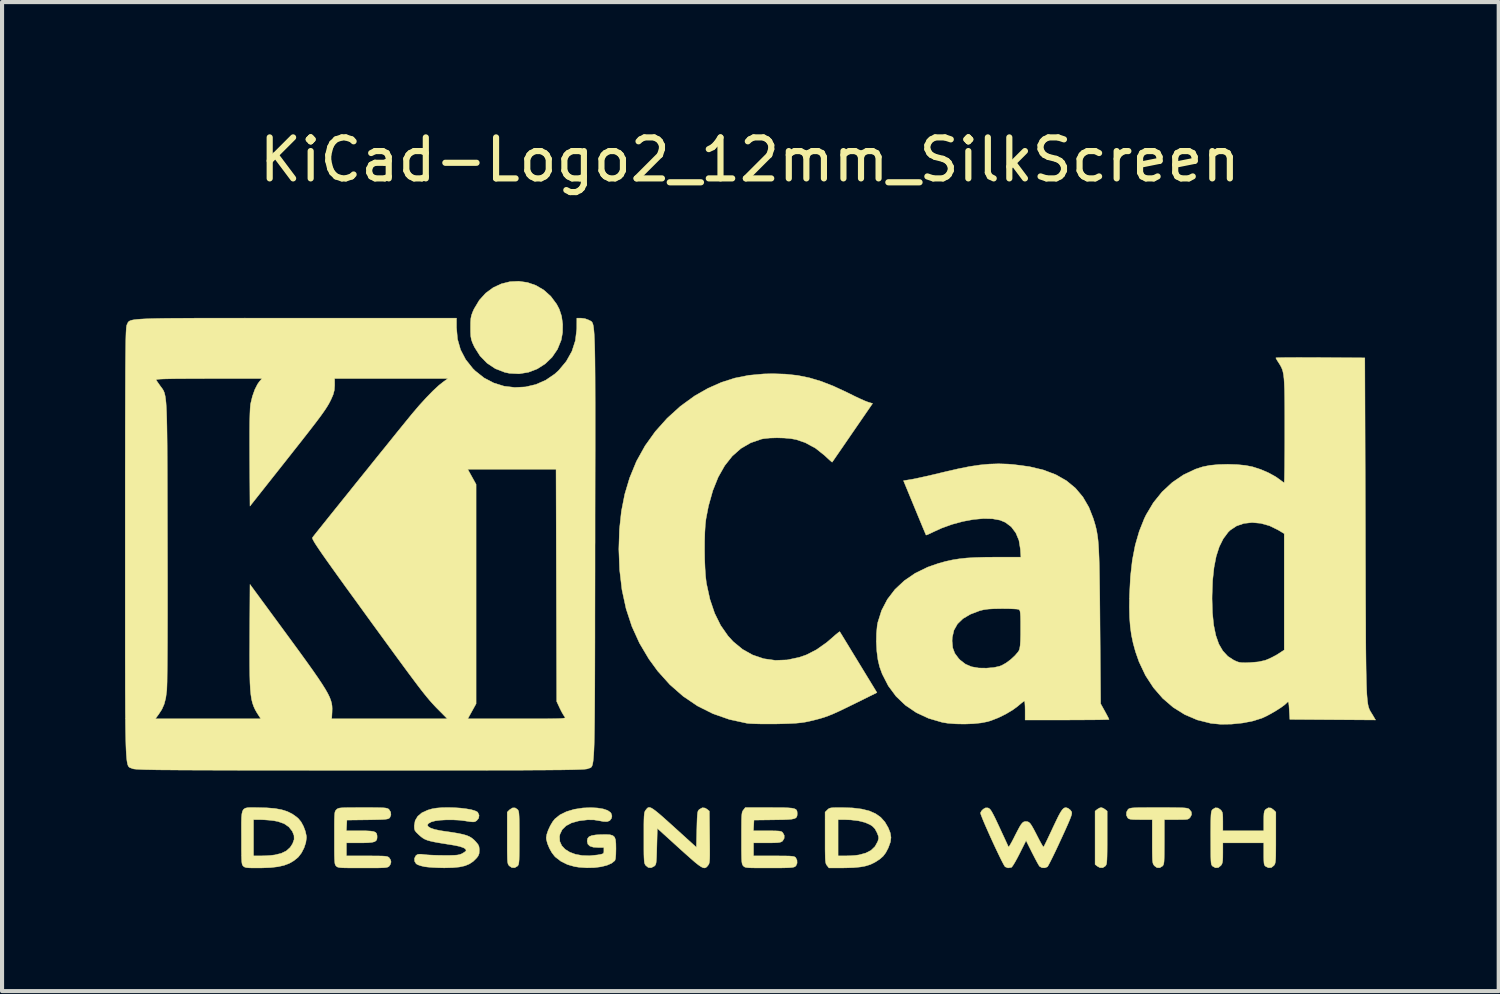
<source format=kicad_pcb>
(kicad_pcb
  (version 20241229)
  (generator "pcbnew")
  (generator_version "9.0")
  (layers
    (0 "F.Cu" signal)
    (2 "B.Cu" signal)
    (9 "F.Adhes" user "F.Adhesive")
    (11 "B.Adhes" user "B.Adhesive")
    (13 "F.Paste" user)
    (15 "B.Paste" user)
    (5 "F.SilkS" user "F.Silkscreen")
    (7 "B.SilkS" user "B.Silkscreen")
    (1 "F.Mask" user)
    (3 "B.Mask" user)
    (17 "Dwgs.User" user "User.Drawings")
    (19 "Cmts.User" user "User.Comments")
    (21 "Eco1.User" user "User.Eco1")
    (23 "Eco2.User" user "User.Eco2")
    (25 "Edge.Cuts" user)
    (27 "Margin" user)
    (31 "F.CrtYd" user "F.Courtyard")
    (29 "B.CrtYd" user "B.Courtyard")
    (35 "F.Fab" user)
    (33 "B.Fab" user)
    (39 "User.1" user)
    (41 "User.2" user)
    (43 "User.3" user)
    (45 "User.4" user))
  (footprint "KiCad-Logo2_12mm_SilkScreen"
    (layer "F.Cu")
    (at 15.245 9.738)
    (property "Reference" "KiCad-Logo2_12mm_SilkScreen" (at 0 -8.89 0) (layer "F.SilkS") (effects (font (size 1 1) (thickness 0.15))))
    (attr board_only exclude_from_pos_files exclude_from_bom allow_missing_courtyard)
    (fp_poly (pts (xy 8.62 6.931) (xy 8.667 6.96) (xy 8.721 7.004) (xy 8.721 7.65) (xy 8.721 7.839) (xy 8.72 7.988) (xy 8.718 8.102) (xy 8.715 8.186) (xy 8.711 8.246) (xy 8.705 8.288) (xy 8.696 8.315) (xy 8.685 8.334) (xy 8.678 8.343) (xy 8.614 8.385) (xy 8.543 8.383) (xy 8.48 8.348) (xy 8.426 8.305) (xy 8.426 7.004) (xy 8.48 6.96) (xy 8.531 6.929) (xy 8.573 6.917) (xy 8.62 6.931)) (stroke (width 0.01) (type solid)) (fill yes) (layer "F.SilkS"))
    (fp_poly (pts (xy -5.669 6.962) (xy -5.656 6.978) (xy -5.645 6.997) (xy -5.637 7.027) (xy -5.632 7.071) (xy -5.628 7.135) (xy -5.625 7.225) (xy -5.624 7.346) (xy -5.623 7.502) (xy -5.623 7.654) (xy -5.624 7.843) (xy -5.624 7.991) (xy -5.626 8.105) (xy -5.628 8.189) (xy -5.633 8.248) (xy -5.639 8.289) (xy -5.647 8.316) (xy -5.658 8.334) (xy -5.669 8.346) (xy -5.735 8.385) (xy -5.806 8.382) (xy -5.869 8.339) (xy -5.883 8.322) (xy -5.895 8.302) (xy -5.903 8.275) (xy -5.91 8.234) (xy -5.914 8.174) (xy -5.916 8.089) (xy -5.918 7.975) (xy -5.918 7.826) (xy -5.918 7.657) (xy -5.918 7.028) (xy -5.863 6.973) (xy -5.794 6.926) (xy -5.727 6.924) (xy -5.669 6.962)) (stroke (width 0.01) (type solid)) (fill yes) (layer "F.SilkS"))
    (fp_poly (pts (xy -5.423 -5.895) (xy -5.218 -5.824) (xy -5.027 -5.712) (xy -4.856 -5.559) (xy -4.712 -5.366) (xy -4.648 -5.244) (xy -4.592 -5.073) (xy -4.565 -4.876) (xy -4.568 -4.674) (xy -4.601 -4.49) (xy -4.692 -4.266) (xy -4.824 -4.072) (xy -4.991 -3.911) (xy -5.185 -3.787) (xy -5.399 -3.705) (xy -5.628 -3.667) (xy -5.865 -3.679) (xy -5.981 -3.704) (xy -6.208 -3.792) (xy -6.41 -3.927) (xy -6.582 -4.104) (xy -6.718 -4.319) (xy -6.729 -4.343) (xy -6.769 -4.431) (xy -6.794 -4.505) (xy -6.808 -4.583) (xy -6.813 -4.684) (xy -6.814 -4.793) (xy -6.813 -4.925) (xy -6.806 -5.019) (xy -6.79 -5.096) (xy -6.762 -5.173) (xy -6.728 -5.249) (xy -6.599 -5.464) (xy -6.441 -5.638) (xy -6.259 -5.771) (xy -6.06 -5.863) (xy -5.85 -5.915) (xy -5.636 -5.925) (xy -5.423 -5.895)) (stroke (width 0.01) (type solid)) (fill yes) (layer "F.SilkS"))
    (fp_poly (pts (xy 10.175 6.917) (xy 10.334 6.918) (xy 10.456 6.92) (xy 10.549 6.922) (xy 10.616 6.926) (xy 10.662 6.932) (xy 10.693 6.94) (xy 10.713 6.949) (xy 10.723 6.957) (xy 10.775 7.022) (xy 10.781 7.09) (xy 10.749 7.152) (xy 10.728 7.176) (xy 10.706 7.193) (xy 10.674 7.204) (xy 10.623 7.209) (xy 10.545 7.211) (xy 10.431 7.212) (xy 10.409 7.212) (xy 10.116 7.212) (xy 10.116 7.756) (xy 10.115 7.928) (xy 10.114 8.06) (xy 10.112 8.158) (xy 10.109 8.228) (xy 10.103 8.277) (xy 10.095 8.308) (xy 10.084 8.33) (xy 10.07 8.346) (xy 10.004 8.386) (xy 9.935 8.383) (xy 9.872 8.337) (xy 9.868 8.331) (xy 9.853 8.31) (xy 9.841 8.285) (xy 9.833 8.251) (xy 9.827 8.2) (xy 9.824 8.128) (xy 9.822 8.028) (xy 9.821 7.894) (xy 9.821 7.742) (xy 9.821 7.212) (xy 9.541 7.212) (xy 9.421 7.211) (xy 9.337 7.208) (xy 9.283 7.201) (xy 9.249 7.19) (xy 9.226 7.173) (xy 9.223 7.17) (xy 9.19 7.104) (xy 9.193 7.028) (xy 9.231 6.962) (xy 9.246 6.95) (xy 9.265 6.94) (xy 9.293 6.932) (xy 9.335 6.926) (xy 9.397 6.922) (xy 9.483 6.919) (xy 9.598 6.918) (xy 9.748 6.917) (xy 9.937 6.917) (xy 9.977 6.917) (xy 10.175 6.917)) (stroke (width 0.01) (type solid)) (fill yes) (layer "F.SilkS"))
    (fp_poly (pts (xy 12.718 6.928) (xy 12.781 6.973) (xy 12.837 7.028) (xy 12.837 7.65) (xy 12.837 7.835) (xy 12.836 7.979) (xy 12.835 8.09) (xy 12.832 8.171) (xy 12.827 8.229) (xy 12.82 8.27) (xy 12.811 8.298) (xy 12.799 8.319) (xy 12.79 8.331) (xy 12.728 8.381) (xy 12.657 8.386) (xy 12.593 8.356) (xy 12.571 8.338) (xy 12.557 8.314) (xy 12.548 8.276) (xy 12.544 8.215) (xy 12.542 8.122) (xy 12.542 8.05) (xy 12.542 7.779) (xy 11.544 7.779) (xy 11.544 8.025) (xy 11.543 8.138) (xy 11.539 8.215) (xy 11.53 8.268) (xy 11.515 8.305) (xy 11.497 8.331) (xy 11.435 8.381) (xy 11.365 8.387) (xy 11.298 8.352) (xy 11.279 8.333) (xy 11.266 8.309) (xy 11.258 8.271) (xy 11.253 8.212) (xy 11.25 8.124) (xy 11.249 8) (xy 11.249 7.972) (xy 11.248 7.738) (xy 11.247 7.545) (xy 11.248 7.389) (xy 11.249 7.266) (xy 11.251 7.171) (xy 11.254 7.101) (xy 11.259 7.05) (xy 11.265 7.015) (xy 11.273 6.991) (xy 11.284 6.975) (xy 11.295 6.962) (xy 11.359 6.923) (xy 11.426 6.928) (xy 11.489 6.973) (xy 11.514 7.002) (xy 11.53 7.033) (xy 11.539 7.079) (xy 11.543 7.148) (xy 11.544 7.252) (xy 11.544 7.256) (xy 11.544 7.484) (xy 12.542 7.484) (xy 12.542 7.246) (xy 12.543 7.136) (xy 12.547 7.062) (xy 12.556 7.014) (xy 12.571 6.982) (xy 12.588 6.962) (xy 12.652 6.923) (xy 12.718 6.928)) (stroke (width 0.01) (type solid)) (fill yes) (layer "F.SilkS"))
    (fp_poly (pts (xy 2.251 6.918) (xy 2.51 6.926) (xy 2.73 6.953) (xy 2.916 6.999) (xy 3.069 7.066) (xy 3.195 7.155) (xy 3.297 7.269) (xy 3.378 7.408) (xy 3.38 7.412) (xy 3.429 7.537) (xy 3.446 7.647) (xy 3.432 7.758) (xy 3.386 7.885) (xy 3.378 7.905) (xy 3.319 8.018) (xy 3.253 8.105) (xy 3.168 8.179) (xy 3.052 8.253) (xy 3.045 8.257) (xy 2.944 8.306) (xy 2.83 8.342) (xy 2.695 8.367) (xy 2.532 8.383) (xy 2.335 8.389) (xy 2.265 8.39) (xy 1.932 8.391) (xy 1.885 8.331) (xy 1.871 8.312) (xy 1.86 8.289) (xy 1.852 8.257) (xy 1.846 8.211) (xy 1.842 8.145) (xy 1.841 8.096) (xy 2.155 8.096) (xy 2.344 8.096) (xy 2.454 8.093) (xy 2.568 8.085) (xy 2.661 8.073) (xy 2.666 8.072) (xy 2.831 8.027) (xy 2.959 7.961) (xy 3.055 7.869) (xy 3.121 7.749) (xy 3.132 7.717) (xy 3.144 7.667) (xy 3.139 7.618) (xy 3.115 7.553) (xy 3.101 7.521) (xy 3.054 7.435) (xy 2.997 7.375) (xy 2.935 7.334) (xy 2.811 7.28) (xy 2.651 7.24) (xy 2.466 7.218) (xy 2.331 7.213) (xy 2.155 7.212) (xy 2.155 8.096) (xy 1.841 8.096) (xy 1.84 8.054) (xy 1.838 7.932) (xy 1.838 7.774) (xy 1.838 7.65) (xy 1.838 7.028) (xy 1.894 6.973) (xy 1.918 6.95) (xy 1.945 6.935) (xy 1.982 6.925) (xy 2.039 6.92) (xy 2.123 6.918) (xy 2.244 6.918) (xy 2.251 6.918)) (stroke (width 0.01) (type solid)) (fill yes) (layer "F.SilkS"))
    (fp_poly (pts (xy -12.092 6.917) (xy -12.013 6.918) (xy -11.781 6.924) (xy -11.586 6.94) (xy -11.422 6.97) (xy -11.283 7.014) (xy -11.162 7.074) (xy -11.052 7.153) (xy -11.013 7.187) (xy -10.948 7.267) (xy -10.889 7.376) (xy -10.844 7.496) (xy -10.819 7.612) (xy -10.817 7.654) (xy -10.833 7.772) (xy -10.876 7.901) (xy -10.939 8.024) (xy -11.013 8.121) (xy -11.025 8.133) (xy -11.126 8.215) (xy -11.238 8.28) (xy -11.366 8.328) (xy -11.516 8.361) (xy -11.695 8.382) (xy -11.91 8.39) (xy -12.008 8.391) (xy -12.133 8.391) (xy -12.221 8.388) (xy -12.28 8.383) (xy -12.319 8.373) (xy -12.345 8.358) (xy -12.359 8.346) (xy -12.372 8.331) (xy -12.383 8.311) (xy -12.39 8.282) (xy -12.396 8.238) (xy -12.4 8.173) (xy -12.402 8.083) (xy -12.404 7.963) (xy -12.404 7.806) (xy -12.404 7.654) (xy -12.405 7.451) (xy -12.405 7.289) (xy -12.403 7.212) (xy -12.109 7.212) (xy -12.109 8.096) (xy -11.922 8.096) (xy -11.81 8.093) (xy -11.692 8.085) (xy -11.593 8.073) (xy -11.59 8.073) (xy -11.431 8.034) (xy -11.308 7.974) (xy -11.214 7.889) (xy -11.155 7.797) (xy -11.118 7.694) (xy -11.121 7.598) (xy -11.163 7.495) (xy -11.247 7.389) (xy -11.362 7.31) (xy -11.513 7.257) (xy -11.613 7.238) (xy -11.727 7.225) (xy -11.848 7.216) (xy -11.95 7.212) (xy -11.956 7.212) (xy -12.109 7.212) (xy -12.403 7.212) (xy -12.402 7.164) (xy -12.393 7.07) (xy -12.377 7.003) (xy -12.35 6.959) (xy -12.311 6.933) (xy -12.256 6.92) (xy -12.184 6.916) (xy -12.092 6.917)) (stroke (width 0.01) (type solid)) (fill yes) (layer "F.SilkS"))
    (fp_poly (pts (xy -2.407 6.926) (xy -2.359 6.954) (xy -2.298 6.999) (xy -2.218 7.064) (xy -2.117 7.151) (xy -1.992 7.263) (xy -1.84 7.4) (xy -1.666 7.558) (xy -1.303 7.887) (xy -1.292 7.445) (xy -1.288 7.293) (xy -1.284 7.18) (xy -1.279 7.099) (xy -1.273 7.044) (xy -1.264 7.008) (xy -1.252 6.985) (xy -1.236 6.968) (xy -1.227 6.96) (xy -1.158 6.922) (xy -1.092 6.928) (xy -1.039 6.96) (xy -0.986 7.004) (xy -0.979 7.636) (xy -0.977 7.823) (xy -0.976 7.969) (xy -0.976 8.08) (xy -0.978 8.163) (xy -0.982 8.222) (xy -0.988 8.263) (xy -0.996 8.292) (xy -1.008 8.313) (xy -1.02 8.33) (xy -1.047 8.362) (xy -1.074 8.383) (xy -1.105 8.391) (xy -1.143 8.384) (xy -1.192 8.359) (xy -1.256 8.315) (xy -1.339 8.249) (xy -1.443 8.158) (xy -1.574 8.042) (xy -1.723 7.908) (xy -2.256 7.424) (xy -2.267 7.864) (xy -2.271 8.016) (xy -2.275 8.129) (xy -2.28 8.21) (xy -2.286 8.265) (xy -2.295 8.301) (xy -2.307 8.324) (xy -2.323 8.341) (xy -2.332 8.348) (xy -2.406 8.386) (xy -2.476 8.38) (xy -2.537 8.331) (xy -2.551 8.312) (xy -2.562 8.289) (xy -2.571 8.257) (xy -2.576 8.211) (xy -2.58 8.145) (xy -2.583 8.053) (xy -2.584 7.931) (xy -2.584 7.772) (xy -2.584 7.654) (xy -2.584 7.47) (xy -2.584 7.326) (xy -2.582 7.216) (xy -2.579 7.135) (xy -2.574 7.078) (xy -2.568 7.038) (xy -2.558 7.01) (xy -2.546 6.989) (xy -2.537 6.977) (xy -2.515 6.949) (xy -2.494 6.927) (xy -2.471 6.915) (xy -2.443 6.914) (xy -2.407 6.926)) (stroke (width 0.01) (type solid)) (fill yes) (layer "F.SilkS"))
    (fp_poly (pts (xy -3.713 6.928) (xy -3.575 6.951) (xy -3.469 6.987) (xy -3.4 7.035) (xy -3.382 7.061) (xy -3.363 7.124) (xy -3.375 7.181) (xy -3.416 7.235) (xy -3.479 7.26) (xy -3.57 7.258) (xy -3.641 7.244) (xy -3.798 7.218) (xy -3.958 7.216) (xy -4.137 7.237) (xy -4.187 7.246) (xy -4.354 7.293) (xy -4.484 7.363) (xy -4.577 7.455) (xy -4.631 7.567) (xy -4.642 7.625) (xy -4.635 7.743) (xy -4.588 7.847) (xy -4.506 7.935) (xy -4.392 8.006) (xy -4.252 8.058) (xy -4.09 8.087) (xy -3.909 8.093) (xy -3.714 8.073) (xy -3.703 8.071) (xy -3.626 8.057) (xy -3.583 8.043) (xy -3.564 8.022) (xy -3.56 7.988) (xy -3.56 7.969) (xy -3.56 7.892) (xy -3.697 7.892) (xy -3.819 7.884) (xy -3.902 7.857) (xy -3.95 7.81) (xy -3.967 7.741) (xy -3.967 7.731) (xy -3.957 7.672) (xy -3.922 7.629) (xy -3.857 7.601) (xy -3.756 7.584) (xy -3.658 7.578) (xy -3.516 7.575) (xy -3.413 7.58) (xy -3.343 7.6) (xy -3.299 7.639) (xy -3.276 7.703) (xy -3.267 7.799) (xy -3.265 7.924) (xy -3.268 8.063) (xy -3.276 8.158) (xy -3.29 8.209) (xy -3.293 8.213) (xy -3.371 8.276) (xy -3.486 8.326) (xy -3.63 8.362) (xy -3.795 8.383) (xy -3.976 8.387) (xy -4.164 8.374) (xy -4.274 8.357) (xy -4.447 8.308) (xy -4.608 8.228) (xy -4.743 8.124) (xy -4.763 8.103) (xy -4.83 8.016) (xy -4.89 7.908) (xy -4.937 7.794) (xy -4.963 7.691) (xy -4.966 7.651) (xy -4.952 7.569) (xy -4.917 7.466) (xy -4.866 7.358) (xy -4.807 7.259) (xy -4.754 7.193) (xy -4.632 7.095) (xy -4.474 7.017) (xy -4.285 6.96) (xy -4.072 6.927) (xy -3.877 6.919) (xy -3.713 6.928)) (stroke (width 0.01) (type solid)) (fill yes) (layer "F.SilkS"))
    (fp_poly (pts (xy 0.668 6.918) (xy 0.821 6.919) (xy 0.939 6.924) (xy 1.025 6.931) (xy 1.085 6.944) (xy 1.124 6.961) (xy 1.146 6.986) (xy 1.155 7.017) (xy 1.158 7.058) (xy 1.158 7.062) (xy 1.156 7.108) (xy 1.146 7.143) (xy 1.124 7.169) (xy 1.084 7.188) (xy 1.02 7.201) (xy 0.929 7.209) (xy 0.804 7.214) (xy 0.64 7.216) (xy 0.589 7.217) (xy 0.103 7.223) (xy 0.096 7.354) (xy 0.089 7.484) (xy 0.427 7.484) (xy 0.559 7.485) (xy 0.653 7.487) (xy 0.717 7.491) (xy 0.759 7.499) (xy 0.786 7.511) (xy 0.805 7.529) (xy 0.805 7.529) (xy 0.841 7.596) (xy 0.839 7.669) (xy 0.802 7.731) (xy 0.795 7.738) (xy 0.769 7.754) (xy 0.733 7.766) (xy 0.68 7.773) (xy 0.602 7.777) (xy 0.49 7.779) (xy 0.418 7.779) (xy 0.092 7.779) (xy 0.092 8.096) (xy 0.587 8.096) (xy 0.751 8.097) (xy 0.875 8.098) (xy 0.966 8.1) (xy 1.029 8.105) (xy 1.071 8.111) (xy 1.098 8.121) (xy 1.116 8.133) (xy 1.12 8.138) (xy 1.152 8.201) (xy 1.155 8.273) (xy 1.128 8.336) (xy 1.107 8.356) (xy 1.085 8.367) (xy 1.051 8.376) (xy 1 8.382) (xy 0.926 8.386) (xy 0.823 8.389) (xy 0.687 8.391) (xy 0.513 8.391) (xy 0.473 8.391) (xy 0.295 8.391) (xy 0.157 8.39) (xy 0.053 8.389) (xy -0.022 8.386) (xy -0.074 8.381) (xy -0.109 8.374) (xy -0.131 8.364) (xy -0.148 8.351) (xy -0.157 8.342) (xy -0.171 8.325) (xy -0.181 8.304) (xy -0.189 8.275) (xy -0.195 8.23) (xy -0.199 8.165) (xy -0.201 8.075) (xy -0.203 7.954) (xy -0.203 7.797) (xy -0.203 7.664) (xy -0.203 7.479) (xy -0.202 7.333) (xy -0.201 7.222) (xy -0.198 7.14) (xy -0.193 7.081) (xy -0.187 7.04) (xy -0.178 7.012) (xy -0.166 6.99) (xy -0.156 6.977) (xy -0.109 6.917) (xy 0.474 6.917) (xy 0.668 6.918)) (stroke (width 0.01) (type solid)) (fill yes) (layer "F.SilkS"))
    (fp_poly (pts (xy -9.263 6.917) (xy -9.123 6.918) (xy -9.018 6.92) (xy -8.941 6.923) (xy -8.888 6.928) (xy -8.852 6.935) (xy -8.827 6.945) (xy -8.809 6.957) (xy -8.803 6.963) (xy -8.763 7.026) (xy -8.756 7.097) (xy -8.782 7.161) (xy -8.794 7.174) (xy -8.814 7.186) (xy -8.845 7.196) (xy -8.894 7.203) (xy -8.967 7.209) (xy -9.069 7.212) (xy -9.207 7.215) (xy -9.333 7.217) (xy -9.83 7.223) (xy -9.837 7.354) (xy -9.844 7.484) (xy -9.506 7.484) (xy -9.359 7.485) (xy -9.252 7.491) (xy -9.178 7.502) (xy -9.131 7.522) (xy -9.105 7.553) (xy -9.095 7.597) (xy -9.093 7.638) (xy -9.098 7.688) (xy -9.117 7.724) (xy -9.155 7.75) (xy -9.219 7.766) (xy -9.314 7.775) (xy -9.446 7.779) (xy -9.518 7.779) (xy -9.842 7.779) (xy -9.842 8.096) (xy -9.343 8.096) (xy -9.179 8.097) (xy -9.055 8.098) (xy -8.964 8.1) (xy -8.9 8.104) (xy -8.856 8.111) (xy -8.828 8.12) (xy -8.808 8.133) (xy -8.798 8.142) (xy -8.764 8.196) (xy -8.753 8.244) (xy -8.769 8.302) (xy -8.798 8.346) (xy -8.814 8.36) (xy -8.835 8.37) (xy -8.865 8.378) (xy -8.911 8.384) (xy -8.978 8.387) (xy -9.072 8.39) (xy -9.197 8.391) (xy -9.36 8.391) (xy -9.445 8.391) (xy -9.626 8.391) (xy -9.767 8.39) (xy -9.874 8.389) (xy -9.952 8.386) (xy -10.007 8.381) (xy -10.043 8.374) (xy -10.067 8.365) (xy -10.084 8.352) (xy -10.091 8.346) (xy -10.104 8.331) (xy -10.115 8.311) (xy -10.123 8.282) (xy -10.128 8.237) (xy -10.132 8.173) (xy -10.135 8.082) (xy -10.136 7.961) (xy -10.136 7.804) (xy -10.136 7.658) (xy -10.136 7.471) (xy -10.136 7.324) (xy -10.135 7.211) (xy -10.132 7.128) (xy -10.128 7.069) (xy -10.122 7.029) (xy -10.113 7.003) (xy -10.102 6.985) (xy -10.088 6.97) (xy -10.084 6.966) (xy -10.067 6.951) (xy -10.046 6.94) (xy -10.018 6.931) (xy -9.975 6.925) (xy -9.913 6.921) (xy -9.825 6.919) (xy -9.707 6.918) (xy -9.552 6.917) (xy -9.442 6.917) (xy -9.263 6.917)) (stroke (width 0.01) (type solid)) (fill yes) (layer "F.SilkS"))
    (fp_poly (pts (xy 7.728 6.921) (xy 7.767 6.935) (xy 7.769 6.936) (xy 7.822 6.977) (xy 7.852 7.019) (xy 7.857 7.038) (xy 7.857 7.064) (xy 7.849 7.102) (xy 7.831 7.155) (xy 7.802 7.228) (xy 7.76 7.326) (xy 7.703 7.454) (xy 7.629 7.616) (xy 7.588 7.705) (xy 7.515 7.863) (xy 7.446 8.009) (xy 7.384 8.136) (xy 7.332 8.24) (xy 7.292 8.316) (xy 7.268 8.357) (xy 7.263 8.363) (xy 7.2 8.388) (xy 7.13 8.385) (xy 7.074 8.354) (xy 7.071 8.352) (xy 7.049 8.318) (xy 7.011 8.251) (xy 6.963 8.161) (xy 6.909 8.056) (xy 6.889 8.017) (xy 6.742 7.723) (xy 6.582 8.043) (xy 6.525 8.153) (xy 6.472 8.249) (xy 6.427 8.323) (xy 6.395 8.368) (xy 6.384 8.377) (xy 6.301 8.39) (xy 6.232 8.363) (xy 6.211 8.334) (xy 6.176 8.27) (xy 6.129 8.178) (xy 6.073 8.063) (xy 6.01 7.931) (xy 5.944 7.79) (xy 5.878 7.645) (xy 5.814 7.502) (xy 5.755 7.369) (xy 5.704 7.25) (xy 5.665 7.153) (xy 5.639 7.084) (xy 5.63 7.048) (xy 5.63 7.047) (xy 5.652 7.002) (xy 5.696 6.957) (xy 5.699 6.955) (xy 5.753 6.924) (xy 5.804 6.924) (xy 5.823 6.93) (xy 5.846 6.943) (xy 5.87 6.967) (xy 5.899 7.009) (xy 5.935 7.074) (xy 5.982 7.165) (xy 6.041 7.29) (xy 6.095 7.405) (xy 6.156 7.538) (xy 6.212 7.658) (xy 6.258 7.758) (xy 6.292 7.832) (xy 6.311 7.874) (xy 6.313 7.881) (xy 6.326 7.87) (xy 6.354 7.825) (xy 6.395 7.753) (xy 6.444 7.659) (xy 6.463 7.62) (xy 6.53 7.49) (xy 6.581 7.394) (xy 6.621 7.329) (xy 6.654 7.289) (xy 6.685 7.267) (xy 6.717 7.258) (xy 6.738 7.257) (xy 6.776 7.261) (xy 6.808 7.274) (xy 6.841 7.304) (xy 6.877 7.355) (xy 6.922 7.433) (xy 6.981 7.545) (xy 7.013 7.608) (xy 7.065 7.709) (xy 7.11 7.792) (xy 7.145 7.852) (xy 7.165 7.88) (xy 7.168 7.881) (xy 7.181 7.859) (xy 7.21 7.801) (xy 7.252 7.715) (xy 7.304 7.605) (xy 7.364 7.478) (xy 7.393 7.415) (xy 7.47 7.253) (xy 7.531 7.127) (xy 7.581 7.036) (xy 7.623 6.973) (xy 7.659 6.936) (xy 7.693 6.92) (xy 7.728 6.921)) (stroke (width 0.01) (type solid)) (fill yes) (layer "F.SilkS"))
    (fp_poly (pts (xy -7.211 6.92) (xy -7.061 6.93) (xy -6.921 6.947) (xy -6.8 6.968) (xy -6.706 6.995) (xy -6.646 7.025) (xy -6.637 7.034) (xy -6.605 7.104) (xy -6.615 7.175) (xy -6.664 7.236) (xy -6.667 7.238) (xy -6.696 7.256) (xy -6.726 7.266) (xy -6.768 7.267) (xy -6.833 7.26) (xy -6.931 7.245) (xy -6.939 7.243) (xy -7.085 7.225) (xy -7.243 7.217) (xy -7.401 7.217) (xy -7.548 7.225) (xy -7.674 7.241) (xy -7.767 7.266) (xy -7.773 7.268) (xy -7.841 7.306) (xy -7.865 7.344) (xy -7.846 7.382) (xy -7.787 7.418) (xy -7.688 7.451) (xy -7.551 7.48) (xy -7.46 7.494) (xy -7.271 7.521) (xy -7.121 7.546) (xy -7.002 7.571) (xy -6.91 7.597) (xy -6.837 7.628) (xy -6.778 7.665) (xy -6.725 7.71) (xy -6.682 7.755) (xy -6.631 7.817) (xy -6.607 7.87) (xy -6.599 7.936) (xy -6.599 7.96) (xy -6.604 8.039) (xy -6.628 8.099) (xy -6.668 8.151) (xy -6.75 8.232) (xy -6.842 8.293) (xy -6.95 8.338) (xy -7.081 8.367) (xy -7.242 8.383) (xy -7.439 8.388) (xy -7.472 8.388) (xy -7.603 8.385) (xy -7.734 8.379) (xy -7.849 8.37) (xy -7.935 8.36) (xy -7.942 8.358) (xy -8.027 8.338) (xy -8.099 8.313) (xy -8.14 8.289) (xy -8.178 8.228) (xy -8.181 8.156) (xy -8.148 8.092) (xy -8.141 8.085) (xy -8.111 8.064) (xy -8.073 8.055) (xy -8.014 8.056) (xy -7.942 8.064) (xy -7.863 8.072) (xy -7.751 8.078) (xy -7.621 8.082) (xy -7.485 8.084) (xy -7.449 8.085) (xy -7.313 8.084) (xy -7.213 8.081) (xy -7.141 8.076) (xy -7.088 8.066) (xy -7.045 8.052) (xy -7.019 8.04) (xy -6.963 8.006) (xy -6.927 7.976) (xy -6.922 7.967) (xy -6.933 7.932) (xy -6.985 7.898) (xy -7.076 7.866) (xy -7.202 7.839) (xy -7.238 7.833) (xy -7.431 7.802) (xy -7.585 7.777) (xy -7.706 7.755) (xy -7.799 7.734) (xy -7.872 7.713) (xy -7.93 7.689) (xy -7.978 7.661) (xy -8.023 7.627) (xy -8.071 7.585) (xy -8.087 7.57) (xy -8.143 7.515) (xy -8.173 7.472) (xy -8.184 7.422) (xy -8.186 7.359) (xy -8.165 7.236) (xy -8.103 7.131) (xy -8.001 7.045) (xy -7.857 6.979) (xy -7.755 6.949) (xy -7.644 6.93) (xy -7.511 6.919) (xy -7.364 6.916) (xy -7.211 6.92)) (stroke (width 0.01) (type solid)) (fill yes) (layer "F.SilkS"))
    (fp_poly (pts (xy 0.875 -3.659) (xy 1.17 -3.627) (xy 1.455 -3.569) (xy 1.743 -3.483) (xy 2.045 -3.365) (xy 2.372 -3.213) (xy 2.431 -3.184) (xy 2.566 -3.117) (xy 2.694 -3.057) (xy 2.801 -3.009) (xy 2.876 -2.98) (xy 2.887 -2.976) (xy 2.997 -2.943) (xy 2.506 -2.23) (xy 2.386 -2.055) (xy 2.277 -1.896) (xy 2.181 -1.757) (xy 2.103 -1.644) (xy 2.047 -1.562) (xy 2.015 -1.517) (xy 2.01 -1.51) (xy 1.99 -1.525) (xy 1.939 -1.57) (xy 1.867 -1.636) (xy 1.827 -1.674) (xy 1.603 -1.852) (xy 1.351 -1.988) (xy 1.133 -2.062) (xy 1.003 -2.086) (xy 0.84 -2.1) (xy 0.663 -2.105) (xy 0.491 -2.1) (xy 0.345 -2.085) (xy 0.286 -2.074) (xy 0.022 -1.983) (xy -0.216 -1.845) (xy -0.427 -1.659) (xy -0.612 -1.425) (xy -0.771 -1.144) (xy -0.902 -0.817) (xy -1.007 -0.443) (xy -1.069 -0.123) (xy -1.085 0.018) (xy -1.096 0.201) (xy -1.102 0.412) (xy -1.103 0.637) (xy -1.1 0.865) (xy -1.091 1.081) (xy -1.078 1.273) (xy -1.06 1.428) (xy -1.056 1.452) (xy -0.972 1.836) (xy -0.857 2.176) (xy -0.71 2.473) (xy -0.531 2.729) (xy -0.404 2.868) (xy -0.176 3.056) (xy 0.073 3.195) (xy 0.341 3.285) (xy 0.623 3.325) (xy 0.913 3.314) (xy 1.209 3.251) (xy 1.384 3.19) (xy 1.626 3.066) (xy 1.876 2.89) (xy 2.016 2.77) (xy 2.094 2.701) (xy 2.156 2.651) (xy 2.191 2.626) (xy 2.195 2.625) (xy 2.211 2.65) (xy 2.252 2.716) (xy 2.314 2.818) (xy 2.394 2.949) (xy 2.488 3.104) (xy 2.594 3.277) (xy 2.653 3.374) (xy 3.103 4.112) (xy 2.541 4.39) (xy 2.338 4.489) (xy 2.174 4.568) (xy 2.038 4.629) (xy 1.921 4.677) (xy 1.812 4.716) (xy 1.701 4.749) (xy 1.579 4.781) (xy 1.461 4.809) (xy 1.357 4.831) (xy 1.248 4.847) (xy 1.123 4.859) (xy 0.972 4.867) (xy 0.783 4.873) (xy 0.655 4.876) (xy 0.474 4.877) (xy 0.3 4.877) (xy 0.144 4.873) (xy 0.02 4.868) (xy -0.063 4.861) (xy -0.068 4.86) (xy -0.497 4.767) (xy -0.9 4.626) (xy -1.276 4.438) (xy -1.626 4.201) (xy -1.95 3.917) (xy -2.247 3.586) (xy -2.462 3.291) (xy -2.691 2.905) (xy -2.876 2.498) (xy -3.018 2.066) (xy -3.118 1.605) (xy -3.176 1.113) (xy -3.195 0.614) (xy -3.18 0.131) (xy -3.132 -0.315) (xy -3.05 -0.731) (xy -2.932 -1.125) (xy -2.777 -1.503) (xy -2.759 -1.543) (xy -2.555 -1.91) (xy -2.305 -2.259) (xy -2.015 -2.583) (xy -1.693 -2.875) (xy -1.346 -3.127) (xy -1.022 -3.312) (xy -0.695 -3.457) (xy -0.368 -3.562) (xy -0.027 -3.63) (xy 0.34 -3.664) (xy 0.56 -3.669) (xy 0.875 -3.659)) (stroke (width 0.01) (type solid)) (fill yes) (layer "F.SilkS"))
    (fp_poly (pts (xy 13.611 -4.064) (xy 13.843 -4.063) (xy 13.922 -4.063) (xy 15.008 -4.056) (xy 15.022 0.109) (xy 15.023 0.674) (xy 15.025 1.187) (xy 15.026 1.65) (xy 15.028 2.067) (xy 15.03 2.44) (xy 15.031 2.772) (xy 15.033 3.064) (xy 15.036 3.321) (xy 15.039 3.544) (xy 15.043 3.737) (xy 15.047 3.901) (xy 15.052 4.04) (xy 15.058 4.157) (xy 15.066 4.253) (xy 15.074 4.331) (xy 15.083 4.395) (xy 15.094 4.447) (xy 15.107 4.489) (xy 15.12 4.524) (xy 15.136 4.555) (xy 15.153 4.585) (xy 15.172 4.615) (xy 15.193 4.649) (xy 15.198 4.657) (xy 15.27 4.78) (xy 14.224 4.773) (xy 13.178 4.766) (xy 13.164 4.536) (xy 13.157 4.426) (xy 13.149 4.362) (xy 13.139 4.337) (xy 13.123 4.342) (xy 13.11 4.356) (xy 13.052 4.41) (xy 12.959 4.478) (xy 12.842 4.553) (xy 12.715 4.627) (xy 12.592 4.692) (xy 12.498 4.735) (xy 12.276 4.805) (xy 12.022 4.854) (xy 11.754 4.881) (xy 11.491 4.885) (xy 11.252 4.862) (xy 11.248 4.861) (xy 10.92 4.779) (xy 10.614 4.648) (xy 10.331 4.471) (xy 10.075 4.251) (xy 9.849 3.99) (xy 9.655 3.692) (xy 9.498 3.36) (xy 9.412 3.114) (xy 9.355 2.907) (xy 9.313 2.708) (xy 9.285 2.503) (xy 9.268 2.28) (xy 9.262 2.027) (xy 9.265 1.821) (xy 11.28 1.821) (xy 11.29 2.167) (xy 11.32 2.464) (xy 11.372 2.717) (xy 11.445 2.926) (xy 11.543 3.094) (xy 11.664 3.225) (xy 11.805 3.317) (xy 11.878 3.352) (xy 11.941 3.373) (xy 12.011 3.382) (xy 12.106 3.383) (xy 12.208 3.379) (xy 12.409 3.362) (xy 12.568 3.327) (xy 12.618 3.309) (xy 12.732 3.258) (xy 12.852 3.194) (xy 12.905 3.161) (xy 13.041 3.072) (xy 13.041 0.233) (xy 12.891 0.143) (xy 12.682 0.041) (xy 12.468 -0.019) (xy 12.257 -0.038) (xy 12.057 -0.016) (xy 11.877 0.046) (xy 11.723 0.149) (xy 11.673 0.198) (xy 11.553 0.359) (xy 11.456 0.554) (xy 11.381 0.787) (xy 11.328 1.06) (xy 11.294 1.377) (xy 11.281 1.742) (xy 11.28 1.821) (xy 9.265 1.821) (xy 9.266 1.735) (xy 9.289 1.285) (xy 9.335 0.88) (xy 9.406 0.512) (xy 9.503 0.177) (xy 9.626 -0.132) (xy 9.67 -0.223) (xy 9.848 -0.522) (xy 10.062 -0.787) (xy 10.308 -1.015) (xy 10.581 -1.201) (xy 10.877 -1.341) (xy 11.053 -1.398) (xy 11.227 -1.433) (xy 11.436 -1.453) (xy 11.663 -1.459) (xy 11.89 -1.452) (xy 12.1 -1.431) (xy 12.268 -1.398) (xy 12.469 -1.333) (xy 12.663 -1.249) (xy 12.833 -1.155) (xy 12.924 -1.091) (xy 12.986 -1.044) (xy 13.03 -1.015) (xy 13.04 -1.011) (xy 13.043 -1.037) (xy 13.046 -1.113) (xy 13.048 -1.232) (xy 13.051 -1.391) (xy 13.052 -1.582) (xy 13.054 -1.801) (xy 13.055 -2.043) (xy 13.055 -2.29) (xy 13.055 -2.606) (xy 13.054 -2.872) (xy 13.052 -3.093) (xy 13.049 -3.276) (xy 13.043 -3.424) (xy 13.036 -3.543) (xy 13.025 -3.638) (xy 13.011 -3.713) (xy 12.993 -3.775) (xy 12.97 -3.828) (xy 12.943 -3.878) (xy 12.911 -3.929) (xy 12.907 -3.935) (xy 12.865 -4.001) (xy 12.84 -4.046) (xy 12.837 -4.056) (xy 12.863 -4.059) (xy 12.938 -4.061) (xy 13.056 -4.063) (xy 13.212 -4.064) (xy 13.399 -4.065) (xy 13.611 -4.064)) (stroke (width 0.01) (type solid)) (fill yes) (layer "F.SilkS"))
    (fp_poly (pts (xy 6.301 -1.464) (xy 6.436 -1.453) (xy 6.823 -1.402) (xy 7.166 -1.32) (xy 7.467 -1.206) (xy 7.726 -1.059) (xy 7.946 -0.878) (xy 8.128 -0.662) (xy 8.275 -0.41) (xy 8.382 -0.137) (xy 8.409 -0.049) (xy 8.433 0.032) (xy 8.453 0.113) (xy 8.47 0.196) (xy 8.485 0.288) (xy 8.498 0.391) (xy 8.508 0.511) (xy 8.516 0.651) (xy 8.523 0.817) (xy 8.529 1.012) (xy 8.533 1.242) (xy 8.537 1.509) (xy 8.541 1.82) (xy 8.544 2.178) (xy 8.546 2.458) (xy 8.562 4.384) (xy 8.665 4.569) (xy 8.713 4.658) (xy 8.749 4.727) (xy 8.766 4.764) (xy 8.767 4.767) (xy 8.741 4.77) (xy 8.666 4.772) (xy 8.548 4.775) (xy 8.394 4.777) (xy 8.209 4.778) (xy 7.999 4.779) (xy 7.77 4.78) (xy 7.743 4.78) (xy 6.719 4.78) (xy 6.719 4.547) (xy 6.717 4.443) (xy 6.712 4.362) (xy 6.706 4.319) (xy 6.703 4.315) (xy 6.676 4.332) (xy 6.62 4.376) (xy 6.547 4.437) (xy 6.546 4.439) (xy 6.413 4.537) (xy 6.246 4.636) (xy 6.063 4.726) (xy 5.883 4.796) (xy 5.804 4.82) (xy 5.646 4.851) (xy 5.452 4.871) (xy 5.241 4.879) (xy 5.029 4.875) (xy 4.834 4.86) (xy 4.698 4.838) (xy 4.363 4.74) (xy 4.063 4.6) (xy 3.797 4.42) (xy 3.569 4.202) (xy 3.38 3.947) (xy 3.232 3.658) (xy 3.168 3.482) (xy 3.128 3.312) (xy 3.101 3.107) (xy 3.089 2.886) (xy 3.089 2.854) (xy 4.937 2.854) (xy 4.952 3.018) (xy 5.003 3.154) (xy 5.097 3.28) (xy 5.133 3.317) (xy 5.262 3.417) (xy 5.411 3.481) (xy 5.589 3.512) (xy 5.777 3.515) (xy 5.955 3.5) (xy 6.091 3.47) (xy 6.15 3.448) (xy 6.257 3.387) (xy 6.37 3.303) (xy 6.473 3.207) (xy 6.55 3.116) (xy 6.571 3.082) (xy 6.586 3.035) (xy 6.598 2.96) (xy 6.605 2.851) (xy 6.609 2.699) (xy 6.609 2.554) (xy 6.609 2.386) (xy 6.607 2.264) (xy 6.602 2.181) (xy 6.595 2.128) (xy 6.583 2.099) (xy 6.567 2.084) (xy 6.562 2.082) (xy 6.518 2.074) (xy 6.431 2.069) (xy 6.312 2.064) (xy 6.175 2.063) (xy 6.145 2.063) (xy 5.961 2.066) (xy 5.819 2.074) (xy 5.707 2.09) (xy 5.613 2.113) (xy 5.382 2.201) (xy 5.201 2.308) (xy 5.068 2.437) (xy 4.982 2.59) (xy 4.941 2.768) (xy 4.937 2.854) (xy 3.089 2.854) (xy 3.092 2.67) (xy 3.11 2.476) (xy 3.125 2.397) (xy 3.217 2.106) (xy 3.357 1.838) (xy 3.542 1.596) (xy 3.77 1.382) (xy 4.037 1.199) (xy 4.343 1.05) (xy 4.602 0.96) (xy 4.775 0.912) (xy 4.941 0.875) (xy 5.11 0.848) (xy 5.293 0.828) (xy 5.501 0.816) (xy 5.744 0.809) (xy 5.964 0.807) (xy 6.616 0.806) (xy 6.603 0.61) (xy 6.568 0.397) (xy 6.492 0.215) (xy 6.38 0.066) (xy 6.234 -0.043) (xy 6.106 -0.096) (xy 5.922 -0.13) (xy 5.703 -0.135) (xy 5.46 -0.113) (xy 5.202 -0.065) (xy 4.939 0.006) (xy 4.683 0.098) (xy 4.497 0.183) (xy 4.407 0.226) (xy 4.339 0.257) (xy 4.304 0.268) (xy 4.302 0.268) (xy 4.29 0.242) (xy 4.26 0.171) (xy 4.215 0.064) (xy 4.158 -0.074) (xy 4.091 -0.235) (xy 4.023 -0.4) (xy 3.751 -1.059) (xy 3.944 -1.09) (xy 4.028 -1.106) (xy 4.154 -1.133) (xy 4.312 -1.168) (xy 4.49 -1.209) (xy 4.677 -1.254) (xy 4.752 -1.272) (xy 5.076 -1.347) (xy 5.359 -1.404) (xy 5.613 -1.442) (xy 5.847 -1.464) (xy 6.073 -1.471) (xy 6.301 -1.464)) (stroke (width 0.01) (type solid)) (fill yes) (layer "F.SilkS"))
    (fp_poly (pts (xy -11.847 -5.025) (xy -11.321 -5.025) (xy -11.076 -5.025) (xy -7.156 -5.025) (xy -7.156 -4.794) (xy -7.131 -4.513) (xy -7.057 -4.254) (xy -6.932 -4.015) (xy -6.756 -3.794) (xy -6.696 -3.735) (xy -6.482 -3.566) (xy -6.246 -3.443) (xy -5.995 -3.365) (xy -5.735 -3.334) (xy -5.475 -3.347) (xy -5.221 -3.406) (xy -4.98 -3.511) (xy -4.76 -3.661) (xy -4.661 -3.751) (xy -4.476 -3.973) (xy -4.34 -4.216) (xy -4.255 -4.479) (xy -4.222 -4.759) (xy -4.221 -4.786) (xy -4.22 -5.025) (xy -4.115 -5.025) (xy -4.021 -5.013) (xy -3.936 -4.982) (xy -3.931 -4.979) (xy -3.912 -4.969) (xy -3.894 -4.961) (xy -3.878 -4.953) (xy -3.863 -4.943) (xy -3.85 -4.928) (xy -3.838 -4.907) (xy -3.827 -4.876) (xy -3.817 -4.834) (xy -3.809 -4.778) (xy -3.802 -4.707) (xy -3.795 -4.617) (xy -3.79 -4.507) (xy -3.785 -4.374) (xy -3.781 -4.216) (xy -3.778 -4.031) (xy -3.776 -3.817) (xy -3.774 -3.571) (xy -3.773 -3.29) (xy -3.772 -2.974) (xy -3.772 -2.619) (xy -3.772 -2.223) (xy -3.772 -1.784) (xy -3.773 -1.3) (xy -3.774 -0.769) (xy -3.775 -0.187) (xy -3.775 0.446) (xy -3.776 0.524) (xy -3.776 1.161) (xy -3.777 1.747) (xy -3.778 2.282) (xy -3.778 2.769) (xy -3.779 3.211) (xy -3.78 3.609) (xy -3.781 3.967) (xy -3.783 4.285) (xy -3.785 4.568) (xy -3.787 4.815) (xy -3.79 5.031) (xy -3.793 5.217) (xy -3.797 5.376) (xy -3.802 5.509) (xy -3.808 5.62) (xy -3.815 5.709) (xy -3.822 5.781) (xy -3.831 5.836) (xy -3.84 5.877) (xy -3.851 5.906) (xy -3.863 5.926) (xy -3.877 5.939) (xy -3.892 5.948) (xy -3.908 5.953) (xy -3.926 5.958) (xy -3.946 5.965) (xy -3.95 5.968) (xy -3.965 5.973) (xy -3.991 5.977) (xy -4.028 5.981) (xy -4.08 5.985) (xy -4.148 5.988) (xy -4.236 5.991) (xy -4.344 5.994) (xy -4.476 5.996) (xy -4.633 5.999) (xy -4.818 6) (xy -5.033 6.002) (xy -5.28 6.003) (xy -5.561 6.005) (xy -5.878 6.006) (xy -6.234 6.006) (xy -6.631 6.007) (xy -7.071 6.007) (xy -7.556 6.008) (xy -8.088 6.008) (xy -8.67 6.008) (xy -9.303 6.008) (xy -9.509 6.008) (xy -10.156 6.008) (xy -10.752 6.008) (xy -11.297 6.007) (xy -11.794 6.007) (xy -12.245 6.007) (xy -12.653 6.006) (xy -13.02 6.005) (xy -13.347 6.004) (xy -13.638 6.003) (xy -13.894 6.002) (xy -14.117 6) (xy -14.31 5.999) (xy -14.476 5.997) (xy -14.615 5.994) (xy -14.731 5.992) (xy -14.826 5.989) (xy -14.901 5.985) (xy -14.96 5.982) (xy -15.003 5.978) (xy -15.035 5.974) (xy -15.056 5.969) (xy -15.067 5.965) (xy -15.088 5.956) (xy -15.107 5.95) (xy -15.124 5.943) (xy -15.139 5.935) (xy -15.154 5.921) (xy -15.166 5.902) (xy -15.178 5.873) (xy -15.188 5.832) (xy -15.197 5.779) (xy -15.205 5.709) (xy -15.212 5.622) (xy -15.218 5.514) (xy -15.223 5.383) (xy -15.227 5.228) (xy -15.231 5.045) (xy -15.234 4.834) (xy -15.234 4.752) (xy -14.505 4.752) (xy -11.929 4.752) (xy -11.979 4.677) (xy -12.028 4.6) (xy -12.07 4.526) (xy -12.104 4.452) (xy -12.133 4.37) (xy -12.156 4.277) (xy -12.173 4.166) (xy -12.186 4.034) (xy -12.195 3.875) (xy -12.2 3.683) (xy -12.203 3.454) (xy -12.204 3.182) (xy -12.202 2.863) (xy -12.202 2.744) (xy -12.195 1.472) (xy -11.389 2.569) (xy -11.161 2.88) (xy -10.963 3.151) (xy -10.794 3.385) (xy -10.65 3.587) (xy -10.531 3.759) (xy -10.434 3.905) (xy -10.357 4.028) (xy -10.297 4.133) (xy -10.253 4.223) (xy -10.223 4.302) (xy -10.203 4.372) (xy -10.193 4.439) (xy -10.19 4.504) (xy -10.192 4.573) (xy -10.192 4.581) (xy -10.201 4.752) (xy -8.789 4.752) (xy -7.378 4.752) (xy -7.588 4.54) (xy -7.645 4.483) (xy -7.699 4.426) (xy -7.752 4.368) (xy -7.807 4.306) (xy -7.867 4.235) (xy -7.933 4.154) (xy -8.008 4.059) (xy -8.094 3.947) (xy -8.194 3.814) (xy -8.31 3.659) (xy -8.445 3.476) (xy -8.6 3.265) (xy -8.779 3.02) (xy -8.983 2.74) (xy -9.215 2.422) (xy -9.405 2.16) (xy -9.643 1.831) (xy -9.852 1.544) (xy -10.031 1.295) (xy -10.184 1.082) (xy -10.312 0.902) (xy -10.417 0.753) (xy -10.501 0.631) (xy -10.566 0.534) (xy -10.614 0.46) (xy -10.646 0.404) (xy -10.665 0.366) (xy -10.673 0.342) (xy -10.67 0.329) (xy -10.644 0.295) (xy -10.587 0.222) (xy -10.502 0.116) (xy -10.393 -0.02) (xy -10.264 -0.181) (xy -10.118 -0.363) (xy -9.958 -0.562) (xy -9.788 -0.773) (xy -9.612 -0.993) (xy -9.432 -1.216) (xy -9.333 -1.338) (xy -6.882 -1.338) (xy -6.678 -0.97) (xy -6.678 4.384) (xy -6.882 4.752) (xy -5.676 4.752) (xy -5.388 4.752) (xy -5.151 4.752) (xy -4.958 4.751) (xy -4.807 4.749) (xy -4.693 4.747) (xy -4.61 4.744) (xy -4.554 4.739) (xy -4.521 4.733) (xy -4.507 4.725) (xy -4.506 4.715) (xy -4.515 4.704) (xy -4.515 4.704) (xy -4.549 4.654) (xy -4.595 4.573) (xy -4.635 4.492) (xy -4.711 4.329) (xy -4.719 1.495) (xy -4.727 -1.338) (xy -6.882 -1.338) (xy -9.333 -1.338) (xy -9.253 -1.438) (xy -9.078 -1.656) (xy -8.909 -1.864) (xy -8.752 -2.059) (xy -8.609 -2.237) (xy -8.483 -2.392) (xy -8.378 -2.521) (xy -8.298 -2.619) (xy -8.251 -2.677) (xy -8.069 -2.891) (xy -7.893 -3.084) (xy -7.731 -3.25) (xy -7.588 -3.383) (xy -7.486 -3.464) (xy -7.366 -3.551) (xy -10.13 -3.551) (xy -10.129 -3.388) (xy -10.137 -3.269) (xy -10.166 -3.159) (xy -10.211 -3.054) (xy -10.24 -2.995) (xy -10.271 -2.936) (xy -10.308 -2.874) (xy -10.352 -2.805) (xy -10.408 -2.724) (xy -10.476 -2.629) (xy -10.562 -2.514) (xy -10.667 -2.377) (xy -10.794 -2.213) (xy -10.946 -2.019) (xy -11.127 -1.79) (xy -11.338 -1.522) (xy -11.362 -1.492) (xy -12.195 -0.439) (xy -12.203 -1.605) (xy -12.204 -1.955) (xy -12.204 -2.251) (xy -12.202 -2.494) (xy -12.197 -2.686) (xy -12.191 -2.826) (xy -12.183 -2.917) (xy -12.18 -2.935) (xy -12.136 -3.117) (xy -12.078 -3.281) (xy -12.011 -3.413) (xy -11.972 -3.469) (xy -11.903 -3.551) (xy -13.204 -3.551) (xy -13.515 -3.55) (xy -13.774 -3.549) (xy -13.987 -3.548) (xy -14.156 -3.545) (xy -14.286 -3.542) (xy -14.38 -3.538) (xy -14.442 -3.533) (xy -14.476 -3.526) (xy -14.486 -3.518) (xy -14.485 -3.516) (xy -14.458 -3.475) (xy -14.412 -3.409) (xy -14.388 -3.375) (xy -14.363 -3.342) (xy -14.341 -3.312) (xy -14.321 -3.283) (xy -14.304 -3.252) (xy -14.288 -3.215) (xy -14.275 -3.17) (xy -14.263 -3.114) (xy -14.253 -3.043) (xy -14.244 -2.956) (xy -14.237 -2.849) (xy -14.231 -2.719) (xy -14.226 -2.563) (xy -14.222 -2.379) (xy -14.219 -2.162) (xy -14.216 -1.912) (xy -14.215 -1.623) (xy -14.213 -1.295) (xy -14.212 -0.922) (xy -14.211 -0.504) (xy -14.21 -0.036) (xy -14.209 0.393) (xy -14.208 0.872) (xy -14.207 1.329) (xy -14.207 1.761) (xy -14.207 2.166) (xy -14.208 2.539) (xy -14.209 2.879) (xy -14.211 3.182) (xy -14.213 3.446) (xy -14.216 3.668) (xy -14.218 3.844) (xy -14.222 3.971) (xy -14.225 4.048) (xy -14.226 4.056) (xy -14.25 4.242) (xy -14.288 4.391) (xy -14.345 4.521) (xy -14.428 4.649) (xy -14.439 4.663) (xy -14.505 4.752) (xy -15.234 4.752) (xy -15.236 4.59) (xy -15.237 4.313) (xy -15.239 3.999) (xy -15.239 3.648) (xy -15.24 3.255) (xy -15.24 2.82) (xy -15.24 2.339) (xy -15.24 1.811) (xy -15.24 1.234) (xy -15.24 0.604) (xy -15.24 0.479) (xy -15.24 -0.157) (xy -15.24 -0.741) (xy -15.24 -1.274) (xy -15.239 -1.76) (xy -15.239 -2.2) (xy -15.238 -2.597) (xy -15.237 -2.952) (xy -15.236 -3.269) (xy -15.235 -3.549) (xy -15.234 -3.794) (xy -15.232 -4.008) (xy -15.23 -4.191) (xy -15.228 -4.346) (xy -15.226 -4.477) (xy -15.223 -4.583) (xy -15.22 -4.669) (xy -15.216 -4.736) (xy -15.213 -4.787) (xy -15.208 -4.823) (xy -15.204 -4.848) (xy -15.199 -4.862) (xy -15.199 -4.862) (xy -15.188 -4.885) (xy -15.18 -4.905) (xy -15.17 -4.923) (xy -15.157 -4.939) (xy -15.138 -4.953) (xy -15.11 -4.966) (xy -15.071 -4.977) (xy -15.017 -4.987) (xy -14.947 -4.995) (xy -14.858 -5.002) (xy -14.746 -5.008) (xy -14.61 -5.013) (xy -14.447 -5.017) (xy -14.254 -5.02) (xy -14.029 -5.022) (xy -13.768 -5.023) (xy -13.47 -5.025) (xy -13.131 -5.025) (xy -12.75 -5.025) (xy -12.323 -5.026) (xy -11.847 -5.025)) (stroke (width 0.01) (type solid)) (fill yes) (layer "F.SilkS")))
  (gr_rect
    (start -3 -3)
    (end 33.52 21.134)
    (stroke (width 0.1) (type default))
    (fill no)
    (layer "Edge.Cuts")))
</source>
